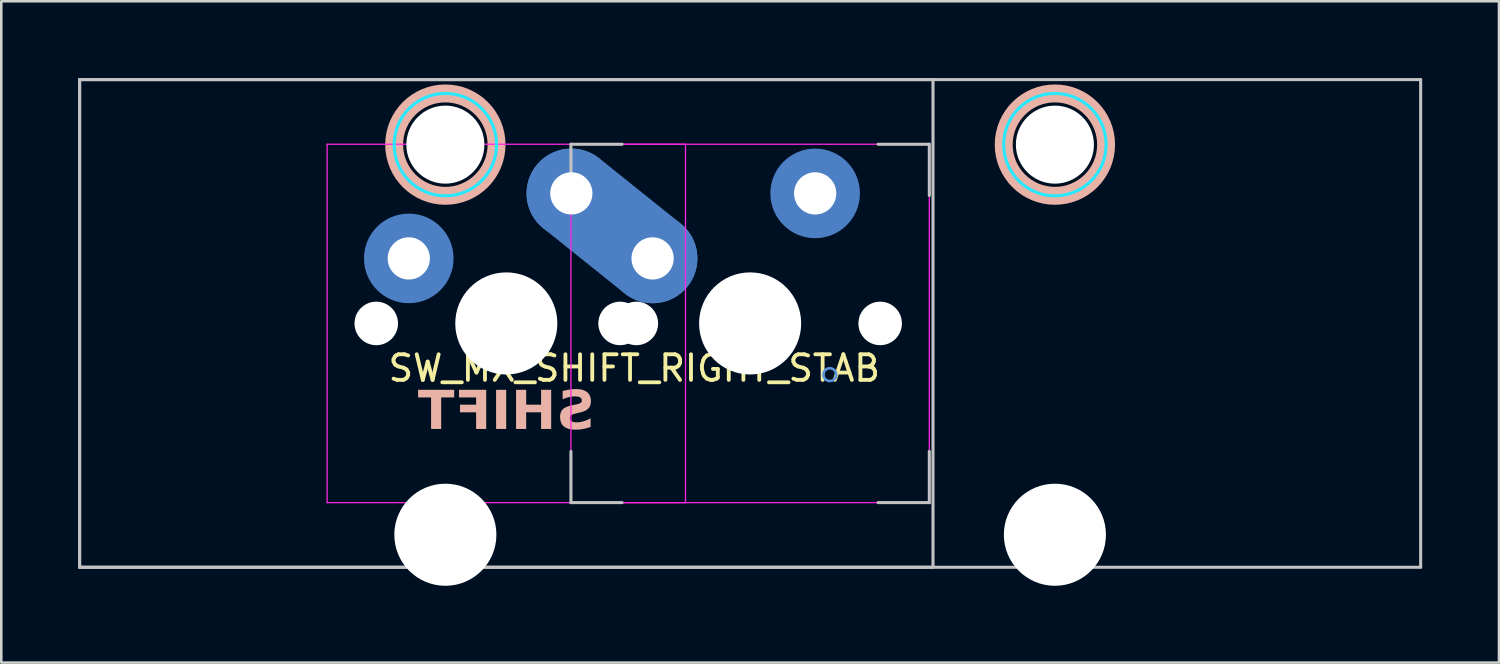
<source format=kicad_pcb>
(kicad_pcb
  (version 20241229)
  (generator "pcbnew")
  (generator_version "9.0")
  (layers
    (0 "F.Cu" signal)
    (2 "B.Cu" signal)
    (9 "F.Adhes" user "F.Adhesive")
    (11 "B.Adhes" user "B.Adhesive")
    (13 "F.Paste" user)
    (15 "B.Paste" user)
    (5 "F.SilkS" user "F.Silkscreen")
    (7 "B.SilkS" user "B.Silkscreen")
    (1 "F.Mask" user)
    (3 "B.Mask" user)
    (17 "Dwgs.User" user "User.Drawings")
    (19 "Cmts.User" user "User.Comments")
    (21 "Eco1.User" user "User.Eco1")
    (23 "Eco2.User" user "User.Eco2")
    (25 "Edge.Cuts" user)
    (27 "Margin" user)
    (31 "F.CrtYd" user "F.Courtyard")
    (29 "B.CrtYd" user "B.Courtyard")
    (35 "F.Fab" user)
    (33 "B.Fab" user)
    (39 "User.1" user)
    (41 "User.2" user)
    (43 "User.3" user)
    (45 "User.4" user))
  (footprint "SW_MX_SHIFT_RIGHT_STAB"
    (layer "F.Cu")
    (at 16.729 9.585)
    (property "Reference" "SW_MX_SHIFT_RIGHT_STAB" (at 5 1.75 0) (layer "F.SilkS") (effects (font (size 1 1) (thickness 0.15))))
    (attr through_hole exclude_from_pos_files exclude_from_bom)
    (fp_circle (center -2.381 -6.985) (end -0.381 -6.985) (stroke (width 0.7) (type solid)) (fill no) (layer "B.SilkS"))
    (fp_circle (center 21.431 -6.985) (end 23.431 -6.985) (stroke (width 0.7) (type solid)) (fill no) (layer "B.SilkS"))
    (fp_line (start -16.669 -9.525) (end -16.669 9.525) (stroke (width 0.12) (type solid)) (layer "Dwgs.User"))
    (fp_line (start -16.669 -9.525) (end -16.669 9.525) (stroke (width 0.12) (type solid)) (layer "Dwgs.User"))
    (fp_line (start -16.669 -9.525) (end 35.719 -9.525) (stroke (width 0.12) (type solid)) (layer "Dwgs.User"))
    (fp_line (start -16.669 9.525) (end 16.669 9.525) (stroke (width 0.12) (type solid)) (layer "Dwgs.User"))
    (fp_line (start -16.669 9.525) (end 35.719 9.525) (stroke (width 0.12) (type solid)) (layer "Dwgs.User"))
    (fp_line (start 2.525 -7) (end 4.525 -7) (stroke (width 0.12) (type solid)) (layer "Dwgs.User"))
    (fp_line (start 2.525 -5) (end 2.525 -7) (stroke (width 0.12) (type solid)) (layer "Dwgs.User"))
    (fp_line (start 2.525 7) (end 2.525 5) (stroke (width 0.12) (type solid)) (layer "Dwgs.User"))
    (fp_line (start 4.525 7) (end 2.525 7) (stroke (width 0.12) (type solid)) (layer "Dwgs.User"))
    (fp_line (start 14.525 -7) (end 16.525 -7) (stroke (width 0.12) (type solid)) (layer "Dwgs.User"))
    (fp_line (start 14.525 7) (end 16.525 7) (stroke (width 0.12) (type solid)) (layer "Dwgs.User"))
    (fp_line (start 16.525 -7) (end 16.525 -5) (stroke (width 0.12) (type solid)) (layer "Dwgs.User"))
    (fp_line (start 16.525 7) (end 16.525 5) (stroke (width 0.12) (type solid)) (layer "Dwgs.User"))
    (fp_line (start 16.669 -9.525) (end -16.669 -9.525) (stroke (width 0.12) (type solid)) (layer "Dwgs.User"))
    (fp_line (start 16.669 9.525) (end 16.669 -9.525) (stroke (width 0.12) (type solid)) (layer "Dwgs.User"))
    (fp_line (start 35.719 -9.525) (end 35.719 9.525) (stroke (width 0.12) (type solid)) (layer "Dwgs.User"))
    (fp_circle (center 12.637 2) (end 12.637 1.75) (stroke (width 0.1) (type default)) (fill no) (layer "Cmts.User"))
    (fp_line (start -7 6.5) (end -7 -6.5) (stroke (width 0.05) (type solid)) (layer "Eco2.User"))
    (fp_line (start -6.5 -7) (end 6.5 -7) (stroke (width 0.05) (type solid)) (layer "Eco2.User"))
    (fp_line (start -5.756 -5.5) (end -5.756 7.5) (stroke (width 0.05) (type solid)) (layer "Eco2.User"))
    (fp_line (start -5.256 -6) (end 0.494 -6) (stroke (width 0.05) (type solid)) (layer "Eco2.User"))
    (fp_line (start -5.256 8) (end 0.494 8) (stroke (width 0.05) (type solid)) (layer "Eco2.User"))
    (fp_line (start 0.994 -5.5) (end 0.994 7.5) (stroke (width 0.05) (type solid)) (layer "Eco2.User"))
    (fp_line (start 2.525 6.5) (end 2.525 -6.5) (stroke (width 0.05) (type solid)) (layer "Eco2.User"))
    (fp_line (start 3.025 -7) (end 16.025 -7) (stroke (width 0.05) (type solid)) (layer "Eco2.User"))
    (fp_line (start 6.5 7) (end -6.5 7) (stroke (width 0.05) (type solid)) (layer "Eco2.User"))
    (fp_line (start 7 -6.5) (end 7 6.5) (stroke (width 0.05) (type solid)) (layer "Eco2.User"))
    (fp_line (start 16.025 7) (end 3.025 7) (stroke (width 0.05) (type solid)) (layer "Eco2.User"))
    (fp_line (start 16.525 -6.5) (end 16.525 6.5) (stroke (width 0.05) (type solid)) (layer "Eco2.User"))
    (fp_line (start 18.056 -5.5) (end 18.056 7.5) (stroke (width 0.05) (type solid)) (layer "Eco2.User"))
    (fp_line (start 18.556 -6) (end 24.305 -6) (stroke (width 0.05) (type solid)) (layer "Eco2.User"))
    (fp_line (start 18.556 8) (end 24.306 8) (stroke (width 0.05) (type solid)) (layer "Eco2.User"))
    (fp_line (start 24.805 -5.5) (end 24.806 7.5) (stroke (width 0.05) (type solid)) (layer "Eco2.User"))
    (fp_arc (start -7 -6.5) (mid -6.853553 -6.853553) (end -6.5 -7) (stroke (width 0.05) (type solid)) (layer "Eco2.User"))
    (fp_arc (start -6.5 7) (mid -6.853553 6.853553) (end -7 6.5) (stroke (width 0.05) (type solid)) (layer "Eco2.User"))
    (fp_arc (start -5.75625 -5.499999) (mid -5.609803 -5.853552) (end -5.25625 -5.999999) (stroke (width 0.05) (type solid)) (layer "Eco2.User"))
    (fp_arc (start -5.25625 8.000001) (mid -5.609803 7.853554) (end -5.75625 7.500001) (stroke (width 0.05) (type solid)) (layer "Eco2.User"))
    (fp_arc (start 0.49375 -5.999999) (mid 0.847303 -5.853552) (end 0.99375 -5.499999) (stroke (width 0.05) (type solid)) (layer "Eco2.User"))
    (fp_arc (start 0.99375 7.500001) (mid 0.847303 7.853554) (end 0.49375 8.000001) (stroke (width 0.05) (type solid)) (layer "Eco2.User"))
    (fp_arc (start 2.525 -6.5) (mid 2.671447 -6.853553) (end 3.025 -7) (stroke (width 0.05) (type solid)) (layer "Eco2.User"))
    (fp_arc (start 3.025 7) (mid 2.671447 6.853553) (end 2.525 6.5) (stroke (width 0.05) (type solid)) (layer "Eco2.User"))
    (fp_arc (start 6.5 -7) (mid 6.853553 -6.853553) (end 7 -6.5) (stroke (width 0.05) (type solid)) (layer "Eco2.User"))
    (fp_arc (start 6.997236 6.498884) (mid 6.850806 6.852454) (end 6.497236 6.998884) (stroke (width 0.05) (type solid)) (layer "Eco2.User"))
    (fp_arc (start 16.025 -7) (mid 16.378553 -6.853553) (end 16.525 -6.5) (stroke (width 0.05) (type solid)) (layer "Eco2.User"))
    (fp_arc (start 16.522236 6.498884) (mid 16.375806 6.852455) (end 16.022236 6.998884) (stroke (width 0.05) (type solid)) (layer "Eco2.User"))
    (fp_arc (start 18.05625 -5.499999) (mid 18.202693 -5.853571) (end 18.55625 -5.999999) (stroke (width 0.05) (type solid)) (layer "Eco2.User"))
    (fp_arc (start 18.55625 8.000001) (mid 18.202729 7.853537) (end 18.05625 7.500001) (stroke (width 0.05) (type solid)) (layer "Eco2.User"))
    (fp_arc (start 24.305039 -5.999999) (mid 24.658567 -5.853539) (end 24.805039 -5.499999) (stroke (width 0.05) (type solid)) (layer "Eco2.User"))
    (fp_arc (start 24.80625 7.500001) (mid 24.659806 7.853571) (end 24.30625 8.000001) (stroke (width 0.05) (type solid)) (layer "Eco2.User"))
    (fp_circle (center -2.381 -6.985) (end -0.381 -6.985) (stroke (width 0.12) (type solid)) (fill no) (layer "B.CrtYd"))
    (fp_circle (center 21.431 -6.985) (end 23.431 -6.985) (stroke (width 0.12) (type solid)) (fill no) (layer "B.CrtYd"))
    (fp_line (start -7 -7) (end -7 7) (stroke (width 0.05) (type solid)) (layer "F.CrtYd"))
    (fp_line (start -7 7) (end 7 7) (stroke (width 0.05) (type solid)) (layer "F.CrtYd"))
    (fp_line (start 2.525 -7) (end 2.525 7) (stroke (width 0.05) (type solid)) (layer "F.CrtYd"))
    (fp_line (start 2.525 7) (end 16.525 7) (stroke (width 0.05) (type solid)) (layer "F.CrtYd"))
    (fp_line (start 7 -7) (end -7 -7) (stroke (width 0.05) (type solid)) (layer "F.CrtYd"))
    (fp_line (start 7 7) (end 7 -7) (stroke (width 0.05) (type solid)) (layer "F.CrtYd"))
    (fp_line (start 16.525 -7) (end 2.525 -7) (stroke (width 0.05) (type solid)) (layer "F.CrtYd"))
    (fp_line (start 16.525 7) (end 16.525 -7) (stroke (width 0.05) (type solid)) (layer "F.CrtYd"))
    (fp_text user "SHIFT" (at 0 3.5 0) (layer "B.SilkS") (effects (font (face "Nicolas Cochin EF") (size 1.5 1.5) (thickness 0.3) (bold yes)) (justify mirror)))
    (pad "" np_thru_hole circle (at -5.08 0) (size 1.7 1.7) (drill 1.7) (layers "*.Cu" "*.Mask"))
    (pad "" np_thru_hole circle (at -2.381 -6.985) (size 3.048 3.048) (drill 3.048) (layers "*.Cu" "*.Mask"))
    (pad "" np_thru_hole circle (at -2.381 8.255) (size 3.988 3.988) (drill 3.988) (layers "*.Cu" "*.Mask"))
    (pad "" np_thru_hole circle (at 0 0) (size 3.988 3.988) (drill 3.988) (layers "*.Cu" "*.Mask"))
    (pad "" np_thru_hole circle (at 4.445 0) (size 1.7 1.7) (drill 1.7) (layers "*.Cu" "*.Mask"))
    (pad "" np_thru_hole circle (at 5.08 0) (size 1.7 1.7) (drill 1.7) (layers "*.Cu" "*.Mask"))
    (pad "" np_thru_hole circle (at 9.525 0) (size 3.988 3.988) (drill 3.988) (layers "*.Cu" "*.Mask"))
    (pad "" np_thru_hole circle (at 14.605 0) (size 1.7 1.7) (drill 1.7) (layers "*.Cu" "*.Mask"))
    (pad "" np_thru_hole circle (at 21.431 -6.985) (size 3.048 3.048) (drill 3.048) (layers "*.Cu" "*.Mask"))
    (pad "" np_thru_hole circle (at 21.431 8.255) (size 3.988 3.988) (drill 3.988) (layers "*.Cu" "*.Mask"))
    (pad "1" thru_hole circle (at 2.54 -5.08) (size 2 2) (drill 1.65) (layers "*.Cu") (remove_unused_layers yes) (keep_end_layers yes) (zone_layer_connections))
    (pad "1" smd circle (at 2.54 -5.08) (size 2.5 2.5) (layers "B.Cu" "B.Mask"))
    (pad "1" smd circle (at 2.54 -5.08) (size 3.5 3.5) (layers "B.Cu"))
    (pad "1" smd oval (at 4.128 -3.81 321.3) (size 6.033 2) (layers "F.Cu"))
    (pad "1" smd oval (at 4.128 -3.81 321.3) (size 7.566 3.5) (layers "B.Cu"))
    (pad "1" thru_hole circle (at 5.715 -2.54) (size 2 2) (drill 1.65) (layers "*.Cu") (remove_unused_layers yes) (keep_end_layers yes) (zone_layer_connections))
    (pad "1" smd circle (at 5.715 -2.54) (size 2.5 2.5) (layers "B.Cu" "B.Mask"))
    (pad "1" smd circle (at 5.715 -2.54) (size 3.5 3.5) (layers "B.Cu"))
    (pad "2" thru_hole circle (at -3.81 -2.54) (size 2 2) (drill 1.65) (layers "*.Cu") (remove_unused_layers yes) (keep_end_layers yes) (zone_layer_connections))
    (pad "2" smd circle (at -3.81 -2.54) (size 2.5 2.5) (layers "B.Cu" "B.Mask"))
    (pad "2" smd circle (at -3.81 -2.54) (size 3.5 3.5) (layers "B.Cu"))
    (pad "2" thru_hole circle (at 12.065 -5.08) (size 2 2) (drill 1.65) (layers "*.Cu") (remove_unused_layers yes) (keep_end_layers yes) (zone_layer_connections))
    (pad "2" smd circle (at 12.065 -5.08) (size 2.5 2.5) (layers "B.Cu" "B.Mask"))
    (pad "2" smd circle (at 12.065 -5.08) (size 3.5 3.5) (layers "B.Cu")))
  (gr_rect
    (start -3 -3)
    (end 55.508 22.834)
    (stroke (width 0.1) (type default))
    (fill no)
    (layer "Edge.Cuts")))
</source>
